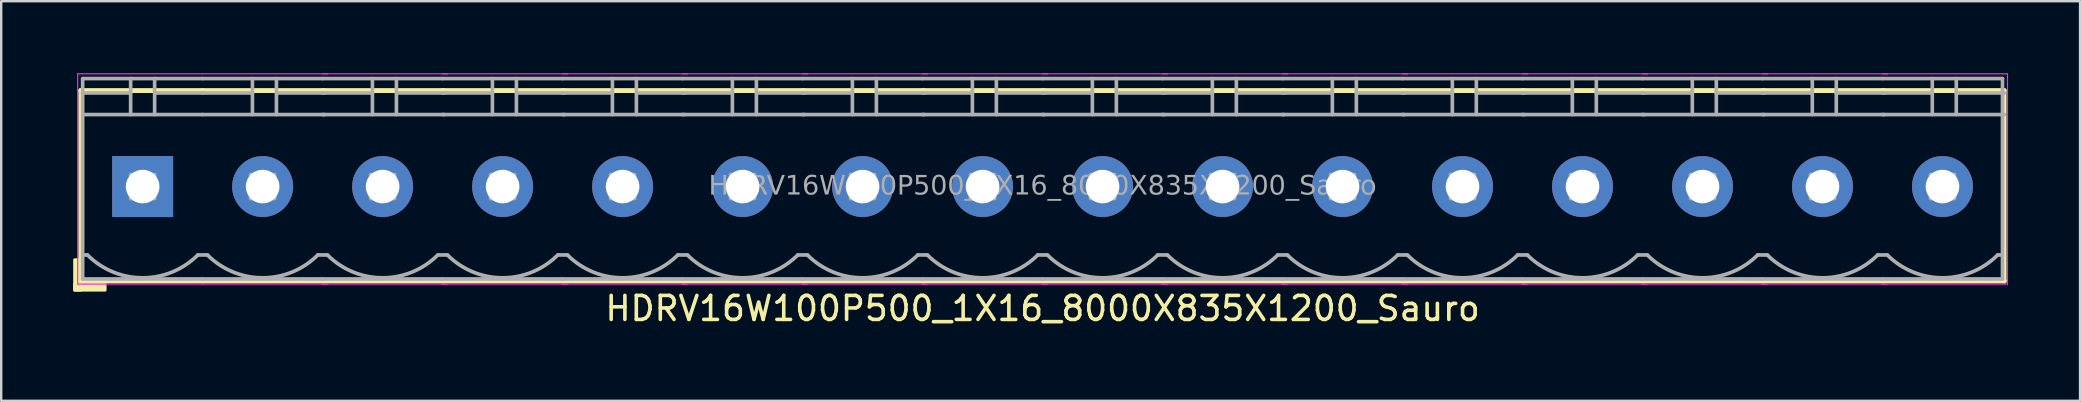
<source format=kicad_pcb>
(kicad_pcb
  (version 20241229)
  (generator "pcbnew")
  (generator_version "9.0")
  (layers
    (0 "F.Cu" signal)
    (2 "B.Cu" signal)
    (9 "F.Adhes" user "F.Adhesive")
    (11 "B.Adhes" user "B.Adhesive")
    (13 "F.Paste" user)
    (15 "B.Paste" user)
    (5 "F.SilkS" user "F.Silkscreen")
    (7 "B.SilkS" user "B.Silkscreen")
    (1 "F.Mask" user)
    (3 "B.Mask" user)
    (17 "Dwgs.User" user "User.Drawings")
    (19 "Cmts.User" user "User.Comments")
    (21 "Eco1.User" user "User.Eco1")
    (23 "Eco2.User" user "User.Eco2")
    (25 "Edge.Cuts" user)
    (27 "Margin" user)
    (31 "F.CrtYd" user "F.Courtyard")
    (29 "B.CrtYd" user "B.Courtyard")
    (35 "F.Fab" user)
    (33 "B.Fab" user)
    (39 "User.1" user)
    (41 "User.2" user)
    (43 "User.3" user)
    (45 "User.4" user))
  (footprint "HDRV16W100P500_1X16_8000X835X1200_Sauro"
    (layer "F.Cu")
    (at 40.394 4.724)
    (property "Reference" "HDRV16W100P500_1X16_8000X835X1200_Sauro" (at 0 5.08 0) (layer "F.SilkS") (effects (font (size 1 1) (thickness 0.15))))
    (attr through_hole)
    (fp_line (start -40.08 -4) (end -40.08 3.937) (stroke (width 0.203) (type solid)) (layer "F.SilkS"))
    (fp_line (start -40.08 3.937) (end -35 3.937) (stroke (width 0.203) (type solid)) (layer "F.SilkS"))
    (fp_line (start -35.005 -4) (end -40.08 -4) (stroke (width 0.203) (type solid)) (layer "F.SilkS"))
    (fp_line (start -35 3.937) (end -29.92 3.937) (stroke (width 0.203) (type solid)) (layer "F.SilkS"))
    (fp_line (start -30 3.937) (end -24.92 3.937) (stroke (width 0.203) (type solid)) (layer "F.SilkS"))
    (fp_line (start -29.93 -4) (end -35.005 -4) (stroke (width 0.203) (type solid)) (layer "F.SilkS"))
    (fp_line (start -25 3.937) (end -19.92 3.937) (stroke (width 0.203) (type solid)) (layer "F.SilkS"))
    (fp_line (start -24.93 -4) (end -30.005 -4) (stroke (width 0.203) (type solid)) (layer "F.SilkS"))
    (fp_line (start -20 3.937) (end -14.92 3.937) (stroke (width 0.203) (type solid)) (layer "F.SilkS"))
    (fp_line (start -19.93 -4) (end -25.005 -4) (stroke (width 0.203) (type solid)) (layer "F.SilkS"))
    (fp_line (start -15 3.937) (end -9.92 3.937) (stroke (width 0.203) (type solid)) (layer "F.SilkS"))
    (fp_line (start -14.93 -4) (end -20.005 -4) (stroke (width 0.203) (type solid)) (layer "F.SilkS"))
    (fp_line (start -10 3.937) (end -4.92 3.937) (stroke (width 0.203) (type solid)) (layer "F.SilkS"))
    (fp_line (start -9.93 -4) (end -15.005 -4) (stroke (width 0.203) (type solid)) (layer "F.SilkS"))
    (fp_line (start -5 3.937) (end 0.08 3.937) (stroke (width 0.203) (type solid)) (layer "F.SilkS"))
    (fp_line (start -4.93 -4) (end -10.005 -4) (stroke (width 0.203) (type solid)) (layer "F.SilkS"))
    (fp_line (start 0 3.937) (end 5.08 3.937) (stroke (width 0.203) (type solid)) (layer "F.SilkS"))
    (fp_line (start 0.07 -4) (end -5.005 -4) (stroke (width 0.203) (type solid)) (layer "F.SilkS"))
    (fp_line (start 5 3.937) (end 10.08 3.937) (stroke (width 0.203) (type solid)) (layer "F.SilkS"))
    (fp_line (start 5.07 -4) (end -0.005 -4) (stroke (width 0.203) (type solid)) (layer "F.SilkS"))
    (fp_line (start 10 3.937) (end 15.08 3.937) (stroke (width 0.203) (type solid)) (layer "F.SilkS"))
    (fp_line (start 10.07 -4) (end 4.995 -4) (stroke (width 0.203) (type solid)) (layer "F.SilkS"))
    (fp_line (start 15 3.937) (end 20.08 3.937) (stroke (width 0.203) (type solid)) (layer "F.SilkS"))
    (fp_line (start 15.07 -4) (end 9.995 -4) (stroke (width 0.203) (type solid)) (layer "F.SilkS"))
    (fp_line (start 20 3.937) (end 25.08 3.937) (stroke (width 0.203) (type solid)) (layer "F.SilkS"))
    (fp_line (start 20.07 -4) (end 14.995 -4) (stroke (width 0.203) (type solid)) (layer "F.SilkS"))
    (fp_line (start 25 3.937) (end 30.08 3.937) (stroke (width 0.203) (type solid)) (layer "F.SilkS"))
    (fp_line (start 25.07 -4) (end 19.995 -4) (stroke (width 0.203) (type solid)) (layer "F.SilkS"))
    (fp_line (start 30 3.937) (end 35.08 3.937) (stroke (width 0.203) (type solid)) (layer "F.SilkS"))
    (fp_line (start 30.07 -4) (end 24.995 -4) (stroke (width 0.203) (type solid)) (layer "F.SilkS"))
    (fp_line (start 35 3.937) (end 40.08 3.937) (stroke (width 0.203) (type solid)) (layer "F.SilkS"))
    (fp_line (start 35.07 -4) (end 29.995 -4) (stroke (width 0.203) (type solid)) (layer "F.SilkS"))
    (fp_line (start 40.07 -4) (end 34.995 -4) (stroke (width 0.203) (type solid)) (layer "F.SilkS"))
    (fp_line (start 40.07 -4) (end 40.07 3.937) (stroke (width 0.203) (type solid)) (layer "F.SilkS"))
    (fp_rect (start -40.08 3.048) (end -40.334 4.318) (stroke (width 0.12) (type solid)) (fill yes) (layer "F.SilkS"))
    (fp_rect (start -39.064 4.318) (end -40.334 4.064) (stroke (width 0.12) (type solid)) (fill yes) (layer "F.SilkS"))
    (fp_line (start -40.207 4.064) (end -40.207 -4.699) (stroke (width 0.05) (type solid)) (layer "F.CrtYd"))
    (fp_line (start -35.005 4.064) (end -40.207 4.064) (stroke (width 0.05) (type solid)) (layer "F.CrtYd"))
    (fp_line (start -35 -4.699) (end -40.207 -4.699) (stroke (width 0.05) (type solid)) (layer "F.CrtYd"))
    (fp_line (start -29.793 -4.699) (end -35 -4.699) (stroke (width 0.05) (type solid)) (layer "F.CrtYd"))
    (fp_line (start -29.793 4.064) (end -35.005 4.064) (stroke (width 0.05) (type solid)) (layer "F.CrtYd"))
    (fp_line (start -24.793 -4.699) (end -30 -4.699) (stroke (width 0.05) (type solid)) (layer "F.CrtYd"))
    (fp_line (start -24.793 4.064) (end -30.005 4.064) (stroke (width 0.05) (type solid)) (layer "F.CrtYd"))
    (fp_line (start -19.793 -4.699) (end -25 -4.699) (stroke (width 0.05) (type solid)) (layer "F.CrtYd"))
    (fp_line (start -19.793 4.064) (end -25.005 4.064) (stroke (width 0.05) (type solid)) (layer "F.CrtYd"))
    (fp_line (start -14.793 -4.699) (end -20 -4.699) (stroke (width 0.05) (type solid)) (layer "F.CrtYd"))
    (fp_line (start -14.793 4.064) (end -20.005 4.064) (stroke (width 0.05) (type solid)) (layer "F.CrtYd"))
    (fp_line (start -9.793 -4.699) (end -15 -4.699) (stroke (width 0.05) (type solid)) (layer "F.CrtYd"))
    (fp_line (start -9.793 4.064) (end -15.005 4.064) (stroke (width 0.05) (type solid)) (layer "F.CrtYd"))
    (fp_line (start -4.793 -4.699) (end -10 -4.699) (stroke (width 0.05) (type solid)) (layer "F.CrtYd"))
    (fp_line (start -4.793 4.064) (end -10.005 4.064) (stroke (width 0.05) (type solid)) (layer "F.CrtYd"))
    (fp_line (start 0.207 -4.699) (end -5 -4.699) (stroke (width 0.05) (type solid)) (layer "F.CrtYd"))
    (fp_line (start 0.207 4.064) (end -5.005 4.064) (stroke (width 0.05) (type solid)) (layer "F.CrtYd"))
    (fp_line (start 5.207 -4.699) (end 0 -4.699) (stroke (width 0.05) (type solid)) (layer "F.CrtYd"))
    (fp_line (start 5.207 4.064) (end -0.005 4.064) (stroke (width 0.05) (type solid)) (layer "F.CrtYd"))
    (fp_line (start 10.207 -4.699) (end 5 -4.699) (stroke (width 0.05) (type solid)) (layer "F.CrtYd"))
    (fp_line (start 10.207 4.064) (end 4.995 4.064) (stroke (width 0.05) (type solid)) (layer "F.CrtYd"))
    (fp_line (start 15.207 -4.699) (end 10 -4.699) (stroke (width 0.05) (type solid)) (layer "F.CrtYd"))
    (fp_line (start 15.207 4.064) (end 9.995 4.064) (stroke (width 0.05) (type solid)) (layer "F.CrtYd"))
    (fp_line (start 20.207 -4.699) (end 15 -4.699) (stroke (width 0.05) (type solid)) (layer "F.CrtYd"))
    (fp_line (start 20.207 4.064) (end 14.995 4.064) (stroke (width 0.05) (type solid)) (layer "F.CrtYd"))
    (fp_line (start 25.207 -4.699) (end 20 -4.699) (stroke (width 0.05) (type solid)) (layer "F.CrtYd"))
    (fp_line (start 25.207 4.064) (end 19.995 4.064) (stroke (width 0.05) (type solid)) (layer "F.CrtYd"))
    (fp_line (start 30.207 -4.699) (end 25 -4.699) (stroke (width 0.05) (type solid)) (layer "F.CrtYd"))
    (fp_line (start 30.207 4.064) (end 24.995 4.064) (stroke (width 0.05) (type solid)) (layer "F.CrtYd"))
    (fp_line (start 35.207 -4.699) (end 30 -4.699) (stroke (width 0.05) (type solid)) (layer "F.CrtYd"))
    (fp_line (start 35.207 4.064) (end 29.995 4.064) (stroke (width 0.05) (type solid)) (layer "F.CrtYd"))
    (fp_line (start 40.207 -4.699) (end 35 -4.699) (stroke (width 0.05) (type solid)) (layer "F.CrtYd"))
    (fp_line (start 40.207 -4.699) (end 40.207 4.064) (stroke (width 0.05) (type solid)) (layer "F.CrtYd"))
    (fp_line (start 40.207 4.064) (end 34.995 4.064) (stroke (width 0.05) (type solid)) (layer "F.CrtYd"))
    (fp_line (start -40 -4.5) (end -40 3.85) (stroke (width 0.152) (type solid)) (layer "F.Fab"))
    (fp_line (start -39.8 2.85) (end -40 2.85) (stroke (width 0.152) (type solid)) (layer "F.Fab"))
    (fp_line (start -38 -4.5) (end -38 -3) (stroke (width 0.152) (type default)) (layer "F.Fab"))
    (fp_line (start -38 -3.9) (end -40 -3.9) (stroke (width 0.152) (type solid)) (layer "F.Fab"))
    (fp_line (start -37 -4.5) (end -37 -3) (stroke (width 0.152) (type default)) (layer "F.Fab"))
    (fp_line (start -37 -3.9) (end -35 -3.9) (stroke (width 0.152) (type solid)) (layer "F.Fab"))
    (fp_line (start -35.2 2.85) (end -34.8 2.85) (stroke (width 0.152) (type solid)) (layer "F.Fab"))
    (fp_line (start -35 -4.5) (end -40 -4.5) (stroke (width 0.152) (type solid)) (layer "F.Fab"))
    (fp_line (start -35 -3) (end -40 -3) (stroke (width 0.152) (type solid)) (layer "F.Fab"))
    (fp_line (start -35 3.85) (end -40 3.85) (stroke (width 0.152) (type solid)) (layer "F.Fab"))
    (fp_line (start -35 3.85) (end -30 3.85) (stroke (width 0.152) (type solid)) (layer "F.Fab"))
    (fp_line (start -32.925 -4.5) (end -32.925 -3) (stroke (width 0.152) (type default)) (layer "F.Fab"))
    (fp_line (start -32.925 -3.9) (end -35 -3.9) (stroke (width 0.152) (type solid)) (layer "F.Fab"))
    (fp_line (start -31.925 -4.5) (end -31.925 -3) (stroke (width 0.152) (type default)) (layer "F.Fab"))
    (fp_line (start -31.925 -3.9) (end -29.925 -3.9) (stroke (width 0.152) (type solid)) (layer "F.Fab"))
    (fp_line (start -30.2 2.85) (end -29.8 2.85) (stroke (width 0.152) (type solid)) (layer "F.Fab"))
    (fp_line (start -30 -4.5) (end -35 -4.5) (stroke (width 0.152) (type solid)) (layer "F.Fab"))
    (fp_line (start -30 3.85) (end -25 3.85) (stroke (width 0.152) (type solid)) (layer "F.Fab"))
    (fp_line (start -29.925 -3) (end -35 -3) (stroke (width 0.152) (type solid)) (layer "F.Fab"))
    (fp_line (start -27.925 -4.5) (end -27.925 -3) (stroke (width 0.152) (type default)) (layer "F.Fab"))
    (fp_line (start -27.925 -3.9) (end -30 -3.9) (stroke (width 0.152) (type solid)) (layer "F.Fab"))
    (fp_line (start -26.925 -4.5) (end -26.925 -3) (stroke (width 0.152) (type default)) (layer "F.Fab"))
    (fp_line (start -26.925 -3.9) (end -24.925 -3.9) (stroke (width 0.152) (type solid)) (layer "F.Fab"))
    (fp_line (start -25.2 2.85) (end -24.8 2.85) (stroke (width 0.152) (type solid)) (layer "F.Fab"))
    (fp_line (start -25 -4.5) (end -30 -4.5) (stroke (width 0.152) (type solid)) (layer "F.Fab"))
    (fp_line (start -25 3.85) (end -20 3.85) (stroke (width 0.152) (type solid)) (layer "F.Fab"))
    (fp_line (start -24.925 -3) (end -30 -3) (stroke (width 0.152) (type solid)) (layer "F.Fab"))
    (fp_line (start -22.925 -4.5) (end -22.925 -3) (stroke (width 0.152) (type default)) (layer "F.Fab"))
    (fp_line (start -22.925 -3.9) (end -25 -3.9) (stroke (width 0.152) (type solid)) (layer "F.Fab"))
    (fp_line (start -21.925 -4.5) (end -21.925 -3) (stroke (width 0.152) (type default)) (layer "F.Fab"))
    (fp_line (start -21.925 -3.9) (end -19.925 -3.9) (stroke (width 0.152) (type solid)) (layer "F.Fab"))
    (fp_line (start -20.2 2.85) (end -19.8 2.85) (stroke (width 0.152) (type solid)) (layer "F.Fab"))
    (fp_line (start -20 -4.5) (end -25 -4.5) (stroke (width 0.152) (type solid)) (layer "F.Fab"))
    (fp_line (start -20 3.85) (end -15 3.85) (stroke (width 0.152) (type solid)) (layer "F.Fab"))
    (fp_line (start -19.925 -3) (end -25 -3) (stroke (width 0.152) (type solid)) (layer "F.Fab"))
    (fp_line (start -17.925 -4.5) (end -17.925 -3) (stroke (width 0.152) (type default)) (layer "F.Fab"))
    (fp_line (start -17.925 -3.9) (end -20 -3.9) (stroke (width 0.152) (type solid)) (layer "F.Fab"))
    (fp_line (start -16.925 -4.5) (end -16.925 -3) (stroke (width 0.152) (type default)) (layer "F.Fab"))
    (fp_line (start -16.925 -3.9) (end -14.925 -3.9) (stroke (width 0.152) (type solid)) (layer "F.Fab"))
    (fp_line (start -15.2 2.85) (end -14.8 2.85) (stroke (width 0.152) (type solid)) (layer "F.Fab"))
    (fp_line (start -15 -4.5) (end -20 -4.5) (stroke (width 0.152) (type solid)) (layer "F.Fab"))
    (fp_line (start -15 3.85) (end -10 3.85) (stroke (width 0.152) (type solid)) (layer "F.Fab"))
    (fp_line (start -14.925 -3) (end -20 -3) (stroke (width 0.152) (type solid)) (layer "F.Fab"))
    (fp_line (start -12.925 -4.5) (end -12.925 -3) (stroke (width 0.152) (type default)) (layer "F.Fab"))
    (fp_line (start -12.925 -3.9) (end -15 -3.9) (stroke (width 0.152) (type solid)) (layer "F.Fab"))
    (fp_line (start -11.925 -4.5) (end -11.925 -3) (stroke (width 0.152) (type default)) (layer "F.Fab"))
    (fp_line (start -11.925 -3.9) (end -9.925 -3.9) (stroke (width 0.152) (type solid)) (layer "F.Fab"))
    (fp_line (start -10.2 2.85) (end -9.8 2.85) (stroke (width 0.152) (type solid)) (layer "F.Fab"))
    (fp_line (start -10 -4.5) (end -15 -4.5) (stroke (width 0.152) (type solid)) (layer "F.Fab"))
    (fp_line (start -10 3.85) (end -5 3.85) (stroke (width 0.152) (type solid)) (layer "F.Fab"))
    (fp_line (start -9.925 -3) (end -15 -3) (stroke (width 0.152) (type solid)) (layer "F.Fab"))
    (fp_line (start -7.925 -4.5) (end -7.925 -3) (stroke (width 0.152) (type default)) (layer "F.Fab"))
    (fp_line (start -7.925 -3.9) (end -10 -3.9) (stroke (width 0.152) (type solid)) (layer "F.Fab"))
    (fp_line (start -6.925 -4.5) (end -6.925 -3) (stroke (width 0.152) (type default)) (layer "F.Fab"))
    (fp_line (start -6.925 -3.9) (end -4.925 -3.9) (stroke (width 0.152) (type solid)) (layer "F.Fab"))
    (fp_line (start -5.2 2.85) (end -4.8 2.85) (stroke (width 0.152) (type solid)) (layer "F.Fab"))
    (fp_line (start -5 -4.5) (end -10 -4.5) (stroke (width 0.152) (type solid)) (layer "F.Fab"))
    (fp_line (start -5 3.85) (end 0 3.85) (stroke (width 0.152) (type solid)) (layer "F.Fab"))
    (fp_line (start -4.925 -3) (end -10 -3) (stroke (width 0.152) (type solid)) (layer "F.Fab"))
    (fp_line (start -2.925 -4.5) (end -2.925 -3) (stroke (width 0.152) (type default)) (layer "F.Fab"))
    (fp_line (start -2.925 -3.9) (end -5 -3.9) (stroke (width 0.152) (type solid)) (layer "F.Fab"))
    (fp_line (start -1.925 -4.5) (end -1.925 -3) (stroke (width 0.152) (type default)) (layer "F.Fab"))
    (fp_line (start -1.925 -3.9) (end 0.075 -3.9) (stroke (width 0.152) (type solid)) (layer "F.Fab"))
    (fp_line (start -0.2 2.85) (end 0.2 2.85) (stroke (width 0.152) (type solid)) (layer "F.Fab"))
    (fp_line (start 0 -4.5) (end -5 -4.5) (stroke (width 0.152) (type solid)) (layer "F.Fab"))
    (fp_line (start 0 3.85) (end 5 3.85) (stroke (width 0.152) (type solid)) (layer "F.Fab"))
    (fp_line (start 0.075 -3) (end -5 -3) (stroke (width 0.152) (type solid)) (layer "F.Fab"))
    (fp_line (start 2.075 -4.5) (end 2.075 -3) (stroke (width 0.152) (type default)) (layer "F.Fab"))
    (fp_line (start 2.075 -3.9) (end 0 -3.9) (stroke (width 0.152) (type solid)) (layer "F.Fab"))
    (fp_line (start 3.075 -4.5) (end 3.075 -3) (stroke (width 0.152) (type default)) (layer "F.Fab"))
    (fp_line (start 3.075 -3.9) (end 5.075 -3.9) (stroke (width 0.152) (type solid)) (layer "F.Fab"))
    (fp_line (start 4.8 2.85) (end 5.2 2.85) (stroke (width 0.152) (type solid)) (layer "F.Fab"))
    (fp_line (start 5 -4.5) (end 0 -4.5) (stroke (width 0.152) (type solid)) (layer "F.Fab"))
    (fp_line (start 5 3.85) (end 10 3.85) (stroke (width 0.152) (type solid)) (layer "F.Fab"))
    (fp_line (start 5.075 -3) (end 0 -3) (stroke (width 0.152) (type solid)) (layer "F.Fab"))
    (fp_line (start 7.075 -4.5) (end 7.075 -3) (stroke (width 0.152) (type default)) (layer "F.Fab"))
    (fp_line (start 7.075 -3.9) (end 5 -3.9) (stroke (width 0.152) (type solid)) (layer "F.Fab"))
    (fp_line (start 8.075 -4.5) (end 8.075 -3) (stroke (width 0.152) (type default)) (layer "F.Fab"))
    (fp_line (start 8.075 -3.9) (end 10.075 -3.9) (stroke (width 0.152) (type solid)) (layer "F.Fab"))
    (fp_line (start 9.8 2.85) (end 10.2 2.85) (stroke (width 0.152) (type solid)) (layer "F.Fab"))
    (fp_line (start 10 -4.5) (end 5 -4.5) (stroke (width 0.152) (type solid)) (layer "F.Fab"))
    (fp_line (start 10 3.85) (end 15 3.85) (stroke (width 0.152) (type solid)) (layer "F.Fab"))
    (fp_line (start 10.075 -3) (end 5 -3) (stroke (width 0.152) (type solid)) (layer "F.Fab"))
    (fp_line (start 12.075 -4.5) (end 12.075 -3) (stroke (width 0.152) (type default)) (layer "F.Fab"))
    (fp_line (start 12.075 -3.9) (end 10 -3.9) (stroke (width 0.152) (type solid)) (layer "F.Fab"))
    (fp_line (start 13.075 -4.5) (end 13.075 -3) (stroke (width 0.152) (type default)) (layer "F.Fab"))
    (fp_line (start 13.075 -3.9) (end 15.075 -3.9) (stroke (width 0.152) (type solid)) (layer "F.Fab"))
    (fp_line (start 14.8 2.85) (end 15.2 2.85) (stroke (width 0.152) (type solid)) (layer "F.Fab"))
    (fp_line (start 15 -4.5) (end 10 -4.5) (stroke (width 0.152) (type solid)) (layer "F.Fab"))
    (fp_line (start 15 3.85) (end 20 3.85) (stroke (width 0.152) (type solid)) (layer "F.Fab"))
    (fp_line (start 15.075 -3) (end 10 -3) (stroke (width 0.152) (type solid)) (layer "F.Fab"))
    (fp_line (start 17.075 -4.5) (end 17.075 -3) (stroke (width 0.152) (type default)) (layer "F.Fab"))
    (fp_line (start 17.075 -3.9) (end 15 -3.9) (stroke (width 0.152) (type solid)) (layer "F.Fab"))
    (fp_line (start 18.075 -4.5) (end 18.075 -3) (stroke (width 0.152) (type default)) (layer "F.Fab"))
    (fp_line (start 18.075 -3.9) (end 20.075 -3.9) (stroke (width 0.152) (type solid)) (layer "F.Fab"))
    (fp_line (start 19.8 2.85) (end 20.2 2.85) (stroke (width 0.152) (type solid)) (layer "F.Fab"))
    (fp_line (start 20 -4.5) (end 15 -4.5) (stroke (width 0.152) (type solid)) (layer "F.Fab"))
    (fp_line (start 20 3.85) (end 25 3.85) (stroke (width 0.152) (type solid)) (layer "F.Fab"))
    (fp_line (start 20.075 -3) (end 15 -3) (stroke (width 0.152) (type solid)) (layer "F.Fab"))
    (fp_line (start 22.075 -4.5) (end 22.075 -3) (stroke (width 0.152) (type default)) (layer "F.Fab"))
    (fp_line (start 22.075 -3.9) (end 20 -3.9) (stroke (width 0.152) (type solid)) (layer "F.Fab"))
    (fp_line (start 23.075 -4.5) (end 23.075 -3) (stroke (width 0.152) (type default)) (layer "F.Fab"))
    (fp_line (start 23.075 -3.9) (end 25.075 -3.9) (stroke (width 0.152) (type solid)) (layer "F.Fab"))
    (fp_line (start 24.8 2.85) (end 25.2 2.85) (stroke (width 0.152) (type solid)) (layer "F.Fab"))
    (fp_line (start 25 -4.5) (end 20 -4.5) (stroke (width 0.152) (type solid)) (layer "F.Fab"))
    (fp_line (start 25 3.85) (end 30 3.85) (stroke (width 0.152) (type solid)) (layer "F.Fab"))
    (fp_line (start 25.075 -3) (end 20 -3) (stroke (width 0.152) (type solid)) (layer "F.Fab"))
    (fp_line (start 27.075 -4.5) (end 27.075 -3) (stroke (width 0.152) (type default)) (layer "F.Fab"))
    (fp_line (start 27.075 -3.9) (end 25 -3.9) (stroke (width 0.152) (type solid)) (layer "F.Fab"))
    (fp_line (start 28.075 -4.5) (end 28.075 -3) (stroke (width 0.152) (type default)) (layer "F.Fab"))
    (fp_line (start 28.075 -3.9) (end 30.075 -3.9) (stroke (width 0.152) (type solid)) (layer "F.Fab"))
    (fp_line (start 29.8 2.85) (end 30.2 2.85) (stroke (width 0.152) (type solid)) (layer "F.Fab"))
    (fp_line (start 30 -4.5) (end 25 -4.5) (stroke (width 0.152) (type solid)) (layer "F.Fab"))
    (fp_line (start 30 3.85) (end 35 3.85) (stroke (width 0.152) (type solid)) (layer "F.Fab"))
    (fp_line (start 30.075 -3) (end 25 -3) (stroke (width 0.152) (type solid)) (layer "F.Fab"))
    (fp_line (start 32.075 -4.5) (end 32.075 -3) (stroke (width 0.152) (type default)) (layer "F.Fab"))
    (fp_line (start 32.075 -3.9) (end 30 -3.9) (stroke (width 0.152) (type solid)) (layer "F.Fab"))
    (fp_line (start 33.075 -4.5) (end 33.075 -3) (stroke (width 0.152) (type default)) (layer "F.Fab"))
    (fp_line (start 33.075 -3.9) (end 35.075 -3.9) (stroke (width 0.152) (type solid)) (layer "F.Fab"))
    (fp_line (start 34.8 2.85) (end 35.2 2.85) (stroke (width 0.152) (type solid)) (layer "F.Fab"))
    (fp_line (start 35 -4.5) (end 30 -4.5) (stroke (width 0.152) (type solid)) (layer "F.Fab"))
    (fp_line (start 35 3.85) (end 40 3.85) (stroke (width 0.152) (type solid)) (layer "F.Fab"))
    (fp_line (start 35.075 -3) (end 30 -3) (stroke (width 0.152) (type solid)) (layer "F.Fab"))
    (fp_line (start 37.075 -4.5) (end 37.075 -3) (stroke (width 0.152) (type default)) (layer "F.Fab"))
    (fp_line (start 37.075 -3.9) (end 35 -3.9) (stroke (width 0.152) (type solid)) (layer "F.Fab"))
    (fp_line (start 38.075 -4.5) (end 38.075 -3) (stroke (width 0.152) (type default)) (layer "F.Fab"))
    (fp_line (start 38.075 -3.9) (end 40.075 -3.9) (stroke (width 0.152) (type solid)) (layer "F.Fab"))
    (fp_line (start 40 -4.5) (end 35 -4.5) (stroke (width 0.152) (type solid)) (layer "F.Fab"))
    (fp_line (start 40 -4.5) (end 40 3.85) (stroke (width 0.152) (type solid)) (layer "F.Fab"))
    (fp_line (start 40 2.85) (end 39.8 2.85) (stroke (width 0.152) (type solid)) (layer "F.Fab"))
    (fp_line (start 40.075 -3) (end 35 -3) (stroke (width 0.152) (type solid)) (layer "F.Fab"))
    (fp_rect (start -38 -0.5) (end -37 0.5) (stroke (width 0.152) (type solid)) (fill no) (layer "F.Fab"))
    (fp_rect (start -33 -0.5) (end -32 0.5) (stroke (width 0.152) (type solid)) (fill no) (layer "F.Fab"))
    (fp_rect (start -28 -0.5) (end -27 0.5) (stroke (width 0.152) (type solid)) (fill no) (layer "F.Fab"))
    (fp_rect (start -23 -0.5) (end -22 0.5) (stroke (width 0.152) (type solid)) (fill no) (layer "F.Fab"))
    (fp_rect (start -18 -0.5) (end -17 0.5) (stroke (width 0.152) (type solid)) (fill no) (layer "F.Fab"))
    (fp_rect (start -13 -0.5) (end -12 0.5) (stroke (width 0.152) (type solid)) (fill no) (layer "F.Fab"))
    (fp_rect (start -8 -0.5) (end -7 0.5) (stroke (width 0.152) (type solid)) (fill no) (layer "F.Fab"))
    (fp_rect (start -3 -0.5) (end -2 0.5) (stroke (width 0.152) (type solid)) (fill no) (layer "F.Fab"))
    (fp_rect (start 2 -0.5) (end 3 0.5) (stroke (width 0.152) (type solid)) (fill no) (layer "F.Fab"))
    (fp_rect (start 7 -0.5) (end 8 0.5) (stroke (width 0.152) (type solid)) (fill no) (layer "F.Fab"))
    (fp_rect (start 12 -0.5) (end 13 0.5) (stroke (width 0.152) (type solid)) (fill no) (layer "F.Fab"))
    (fp_rect (start 17 -0.5) (end 18 0.5) (stroke (width 0.152) (type solid)) (fill no) (layer "F.Fab"))
    (fp_rect (start 22 -0.5) (end 23 0.5) (stroke (width 0.152) (type solid)) (fill no) (layer "F.Fab"))
    (fp_rect (start 27 -0.5) (end 28 0.5) (stroke (width 0.152) (type solid)) (fill no) (layer "F.Fab"))
    (fp_rect (start 32 -0.5) (end 33 0.5) (stroke (width 0.152) (type solid)) (fill no) (layer "F.Fab"))
    (fp_rect (start 37 -0.5) (end 38 0.5) (stroke (width 0.152) (type solid)) (fill no) (layer "F.Fab"))
    (fp_arc (start -35.2 2.85) (mid -37.5 3.802691) (end -39.8 2.85) (stroke (width 0.1524) (type default)) (layer "F.Fab"))
    (fp_arc (start -30.2 2.85) (mid -32.5 3.802691) (end -34.8 2.85) (stroke (width 0.1524) (type default)) (layer "F.Fab"))
    (fp_arc (start -25.2 2.85) (mid -27.5 3.802691) (end -29.8 2.85) (stroke (width 0.1524) (type default)) (layer "F.Fab"))
    (fp_arc (start -20.2 2.85) (mid -22.5 3.802691) (end -24.8 2.85) (stroke (width 0.1524) (type default)) (layer "F.Fab"))
    (fp_arc (start -15.2 2.85) (mid -17.5 3.802691) (end -19.8 2.85) (stroke (width 0.1524) (type default)) (layer "F.Fab"))
    (fp_arc (start -10.2 2.85) (mid -12.5 3.802691) (end -14.8 2.85) (stroke (width 0.1524) (type default)) (layer "F.Fab"))
    (fp_arc (start -5.2 2.85) (mid -7.5 3.802691) (end -9.8 2.85) (stroke (width 0.1524) (type default)) (layer "F.Fab"))
    (fp_arc (start -0.2 2.85) (mid -2.5 3.802691) (end -4.8 2.85) (stroke (width 0.1524) (type default)) (layer "F.Fab"))
    (fp_arc (start 4.8 2.85) (mid 2.5 3.802691) (end 0.2 2.85) (stroke (width 0.1524) (type default)) (layer "F.Fab"))
    (fp_arc (start 9.8 2.85) (mid 7.5 3.802691) (end 5.2 2.85) (stroke (width 0.1524) (type default)) (layer "F.Fab"))
    (fp_arc (start 14.8 2.85) (mid 12.5 3.802691) (end 10.2 2.85) (stroke (width 0.1524) (type default)) (layer "F.Fab"))
    (fp_arc (start 19.8 2.85) (mid 17.5 3.802691) (end 15.2 2.85) (stroke (width 0.1524) (type default)) (layer "F.Fab"))
    (fp_arc (start 24.8 2.85) (mid 22.5 3.802691) (end 20.2 2.85) (stroke (width 0.1524) (type default)) (layer "F.Fab"))
    (fp_arc (start 29.8 2.85) (mid 27.5 3.802691) (end 25.2 2.85) (stroke (width 0.1524) (type default)) (layer "F.Fab"))
    (fp_arc (start 34.8 2.85) (mid 32.5 3.802691) (end 30.2 2.85) (stroke (width 0.1524) (type default)) (layer "F.Fab"))
    (fp_arc (start 39.8 2.85) (mid 37.5 3.802691) (end 35.2 2.85) (stroke (width 0.1524) (type default)) (layer "F.Fab"))
    (fp_text user "${REFERENCE}" (at 0 0 0) (layer "F.Fab") (effects (font (face "Tahoma") (size 0.8 0.8) (thickness 0.15))))
    (pad "1" thru_hole rect (at -37.5 0) (size 2.54 2.54) (drill 1.4) (layers "*.Cu" "*.Mask"))
    (pad "2" thru_hole circle (at -32.5 0) (size 2.54 2.54) (drill 1.4) (layers "*.Cu" "*.Mask"))
    (pad "3" thru_hole circle (at -27.5 0) (size 2.54 2.54) (drill 1.4) (layers "*.Cu" "*.Mask"))
    (pad "4" thru_hole circle (at -22.5 0) (size 2.54 2.54) (drill 1.4) (layers "*.Cu" "*.Mask"))
    (pad "5" thru_hole circle (at -17.5 0) (size 2.54 2.54) (drill 1.4) (layers "*.Cu" "*.Mask"))
    (pad "6" thru_hole circle (at -12.5 0) (size 2.54 2.54) (drill 1.4) (layers "*.Cu" "*.Mask"))
    (pad "7" thru_hole circle (at -7.5 0) (size 2.54 2.54) (drill 1.4) (layers "*.Cu" "*.Mask"))
    (pad "8" thru_hole circle (at -2.5 0) (size 2.54 2.54) (drill 1.4) (layers "*.Cu" "*.Mask"))
    (pad "9" thru_hole circle (at 2.5 0) (size 2.54 2.54) (drill 1.4) (layers "*.Cu" "*.Mask"))
    (pad "10" thru_hole circle (at 7.5 0) (size 2.54 2.54) (drill 1.4) (layers "*.Cu" "*.Mask"))
    (pad "11" thru_hole circle (at 12.5 0) (size 2.54 2.54) (drill 1.4) (layers "*.Cu" "*.Mask"))
    (pad "12" thru_hole circle (at 17.5 0) (size 2.54 2.54) (drill 1.4) (layers "*.Cu" "*.Mask"))
    (pad "13" thru_hole circle (at 22.5 0) (size 2.54 2.54) (drill 1.4) (layers "*.Cu" "*.Mask"))
    (pad "14" thru_hole circle (at 27.5 0) (size 2.54 2.54) (drill 1.4) (layers "*.Cu" "*.Mask"))
    (pad "15" thru_hole circle (at 32.5 0) (size 2.54 2.54) (drill 1.4) (layers "*.Cu" "*.Mask"))
    (pad "16" thru_hole circle (at 37.5 0) (size 2.54 2.54) (drill 1.4) (layers "*.Cu" "*.Mask")))
  (gr_rect
    (start -3 -3)
    (end 83.626 13.652)
    (stroke (width 0.1) (type default))
    (fill no)
    (layer "Edge.Cuts")))
</source>
